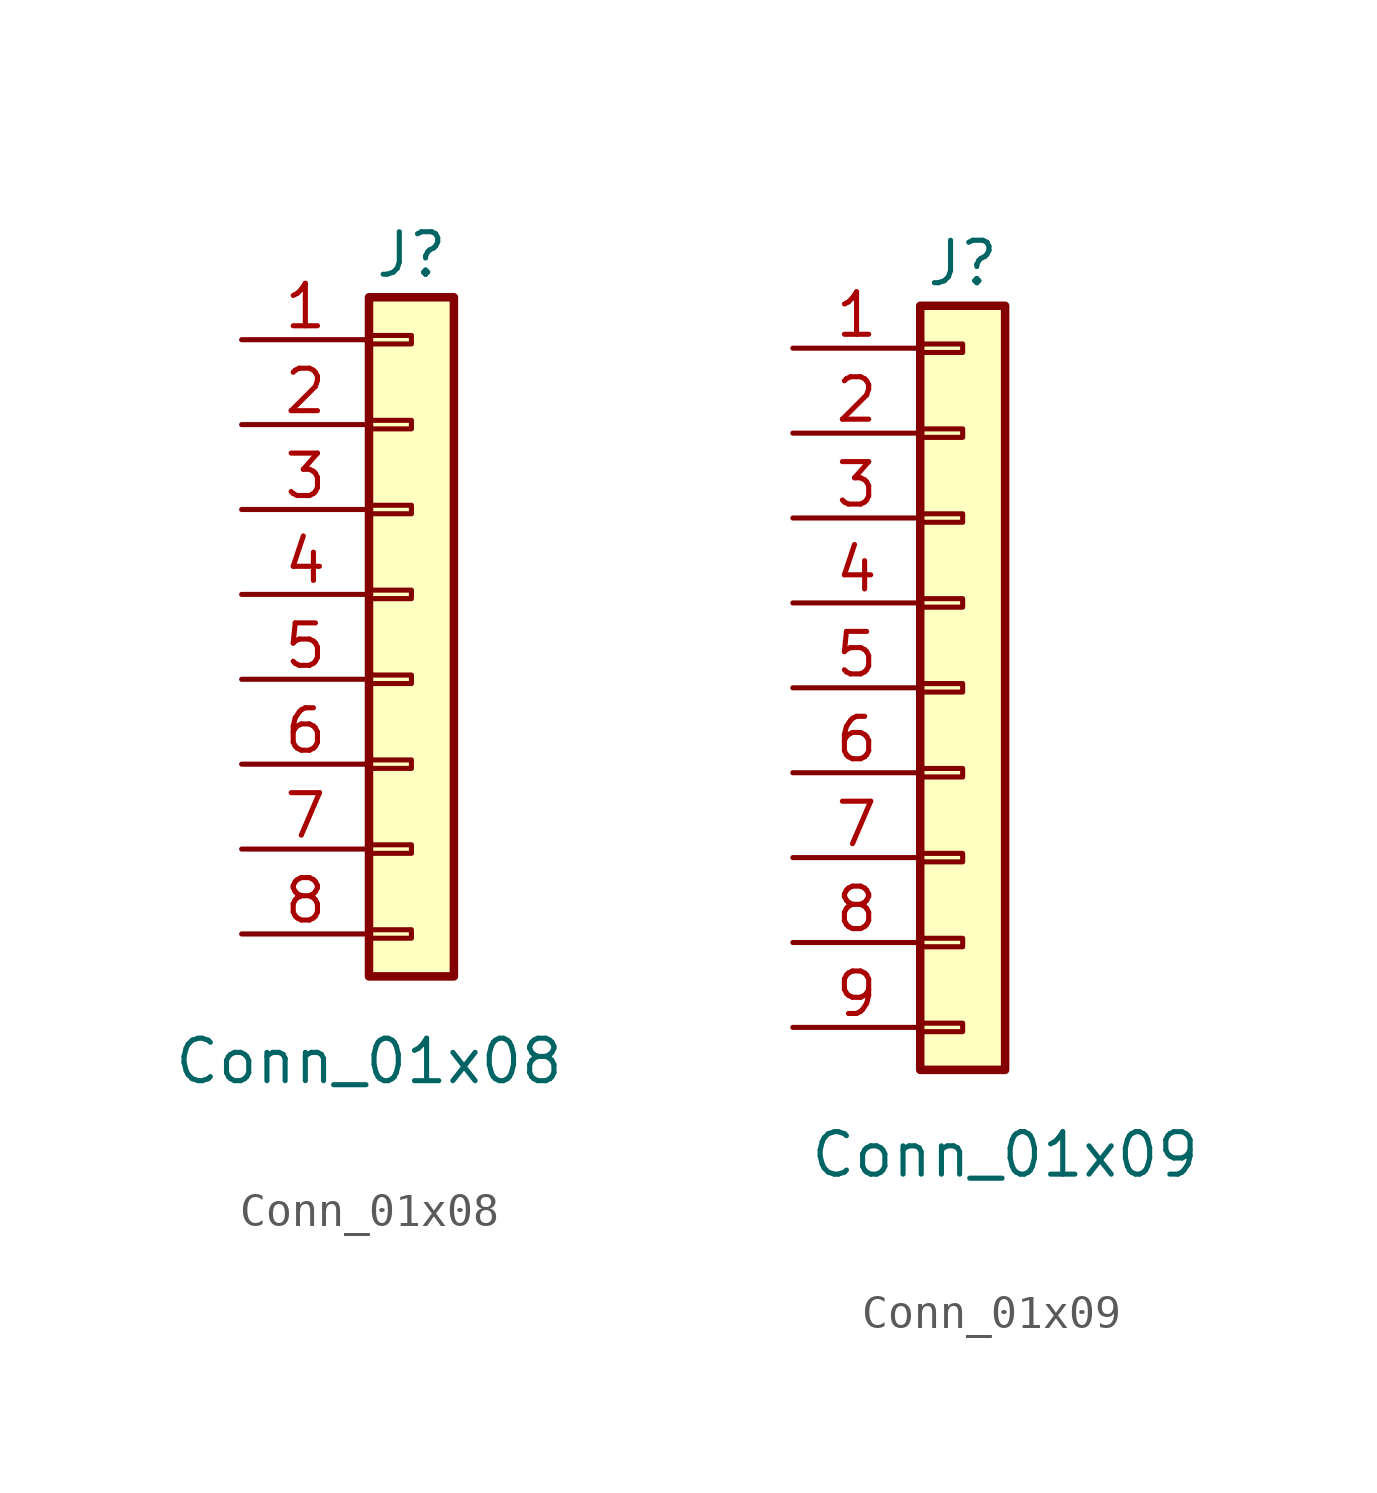
<source format=kicad_sym>
(kicad_symbol_lib
  (version 20241209)
  (generator "kicad_symbol_editor")
  (generator_version "9.0")
  (symbol "Conn_01x08"
    (pin_names
      (offset 1.016)
      (hide yes))
    (property "Reference" "J"
      (at 0 10.16 0)
      (effects (font (size 1.27 1.27))))
    (property "Value" "Conn_01x08"
      (at -1.27 -13.97 0)
      (effects (font (size 1.27 1.27))))
    (symbol "Conn_01x08_0_0"
      (pin passive line (at -5.08 -2.54 0) (length 3.81) (name "Pin_5" (effects (font (size 1.27 1.27)))) (number "5" (effects (font (size 1.27 1.27)))))
      (pin passive line (at -5.08 -5.08 0) (length 3.81) (name "Pin_6" (effects (font (size 1.27 1.27)))) (number "6" (effects (font (size 1.27 1.27)))))
      (pin passive line (at -5.08 -7.62 0) (length 3.81) (name "Pin_7" (effects (font (size 1.27 1.27)))) (number "7" (effects (font (size 1.27 1.27)))))
      (pin passive line (at -5.08 -10.16 0) (length 3.81) (name "Pin_8" (effects (font (size 1.27 1.27)))) (number "8" (effects (font (size 1.27 1.27))))))
    (symbol "Conn_01x08_1_1"
      (rectangle (start -1.27 8.89) (end 1.27 -11.43) (stroke (width 0.254) (type default)) (fill (type background)))
      (rectangle (start -1.27 7.747) (end 0 7.493) (stroke (width 0.152) (type default)) (fill (type none)))
      (rectangle (start -1.27 5.207) (end 0 4.953) (stroke (width 0.152) (type default)) (fill (type none)))
      (rectangle (start -1.27 2.667) (end 0 2.413) (stroke (width 0.152) (type default)) (fill (type none)))
      (rectangle (start -1.27 0.127) (end 0 -0.127) (stroke (width 0.152) (type default)) (fill (type none)))
      (rectangle (start -1.27 -2.413) (end 0 -2.667) (stroke (width 0.152) (type default)) (fill (type none)))
      (rectangle (start -1.27 -4.953) (end 0 -5.207) (stroke (width 0.152) (type default)) (fill (type none)))
      (rectangle (start -1.27 -7.493) (end 0 -7.747) (stroke (width 0.152) (type default)) (fill (type none)))
      (rectangle (start -1.27 -10.033) (end 0 -10.287) (stroke (width 0.152) (type default)) (fill (type none)))
      (pin passive line (at -5.08 7.62 0) (length 3.81) (name "Pin_1" (effects (font (size 1.27 1.27)))) (number "1" (effects (font (size 1.27 1.27)))))
      (pin passive line (at -5.08 5.08 0) (length 3.81) (name "Pin_2" (effects (font (size 1.27 1.27)))) (number "2" (effects (font (size 1.27 1.27)))))
      (pin passive line (at -5.08 2.54 0) (length 3.81) (name "Pin_3" (effects (font (size 1.27 1.27)))) (number "3" (effects (font (size 1.27 1.27)))))
      (pin passive line (at -5.08 0 0) (length 3.81) (name "Pin_4" (effects (font (size 1.27 1.27)))) (number "4" (effects (font (size 1.27 1.27)))))))
  (symbol "Conn_01x09"
    (pin_names
      (offset 1.016)
      (hide yes))
    (property "Reference" "J"
      (at 0 12.7 0)
      (effects (font (size 1.27 1.27))))
    (property "Value" "Conn_01x09"
      (at 1.27 -13.97 0)
      (effects (font (size 1.27 1.27))))
    (symbol "Conn_01x09_1_1"
      (rectangle (start -1.27 11.43) (end 1.27 -11.43) (stroke (width 0.254) (type default)) (fill (type background)))
      (rectangle (start -1.27 10.287) (end 0 10.033) (stroke (width 0.152) (type default)) (fill (type none)))
      (rectangle (start -1.27 7.747) (end 0 7.493) (stroke (width 0.152) (type default)) (fill (type none)))
      (rectangle (start -1.27 5.207) (end 0 4.953) (stroke (width 0.152) (type default)) (fill (type none)))
      (rectangle (start -1.27 2.667) (end 0 2.413) (stroke (width 0.152) (type default)) (fill (type none)))
      (rectangle (start -1.27 0.127) (end 0 -0.127) (stroke (width 0.152) (type default)) (fill (type none)))
      (rectangle (start -1.27 -2.413) (end 0 -2.667) (stroke (width 0.152) (type default)) (fill (type none)))
      (rectangle (start -1.27 -4.953) (end 0 -5.207) (stroke (width 0.152) (type default)) (fill (type none)))
      (rectangle (start -1.27 -7.493) (end 0 -7.747) (stroke (width 0.152) (type default)) (fill (type none)))
      (rectangle (start -1.27 -10.033) (end 0 -10.287) (stroke (width 0.152) (type default)) (fill (type none)))
      (pin passive line (at -5.08 10.16 0) (length 3.81) (name "Pin_1" (effects (font (size 1.27 1.27)))) (number "1" (effects (font (size 1.27 1.27)))))
      (pin passive line (at -5.08 7.62 0) (length 3.81) (name "Pin_2" (effects (font (size 1.27 1.27)))) (number "2" (effects (font (size 1.27 1.27)))))
      (pin passive line (at -5.08 5.08 0) (length 3.81) (name "Pin_3" (effects (font (size 1.27 1.27)))) (number "3" (effects (font (size 1.27 1.27)))))
      (pin passive line (at -5.08 2.54 0) (length 3.81) (name "Pin_4" (effects (font (size 1.27 1.27)))) (number "4" (effects (font (size 1.27 1.27)))))
      (pin passive line (at -5.08 0 0) (length 3.81) (name "Pin_5" (effects (font (size 1.27 1.27)))) (number "5" (effects (font (size 1.27 1.27)))))
      (pin passive line (at -5.08 -2.54 0) (length 3.81) (name "Pin_6" (effects (font (size 1.27 1.27)))) (number "6" (effects (font (size 1.27 1.27)))))
      (pin passive line (at -5.08 -5.08 0) (length 3.81) (name "Pin_7" (effects (font (size 1.27 1.27)))) (number "7" (effects (font (size 1.27 1.27)))))
      (pin passive line (at -5.08 -7.62 0) (length 3.81) (name "Pin_8" (effects (font (size 1.27 1.27)))) (number "8" (effects (font (size 1.27 1.27)))))
      (pin passive line (at -5.08 -10.16 0) (length 3.81) (name "Pin_9" (effects (font (size 1.27 1.27)))) (number "9" (effects (font (size 1.27 1.27))))))))
</source>
